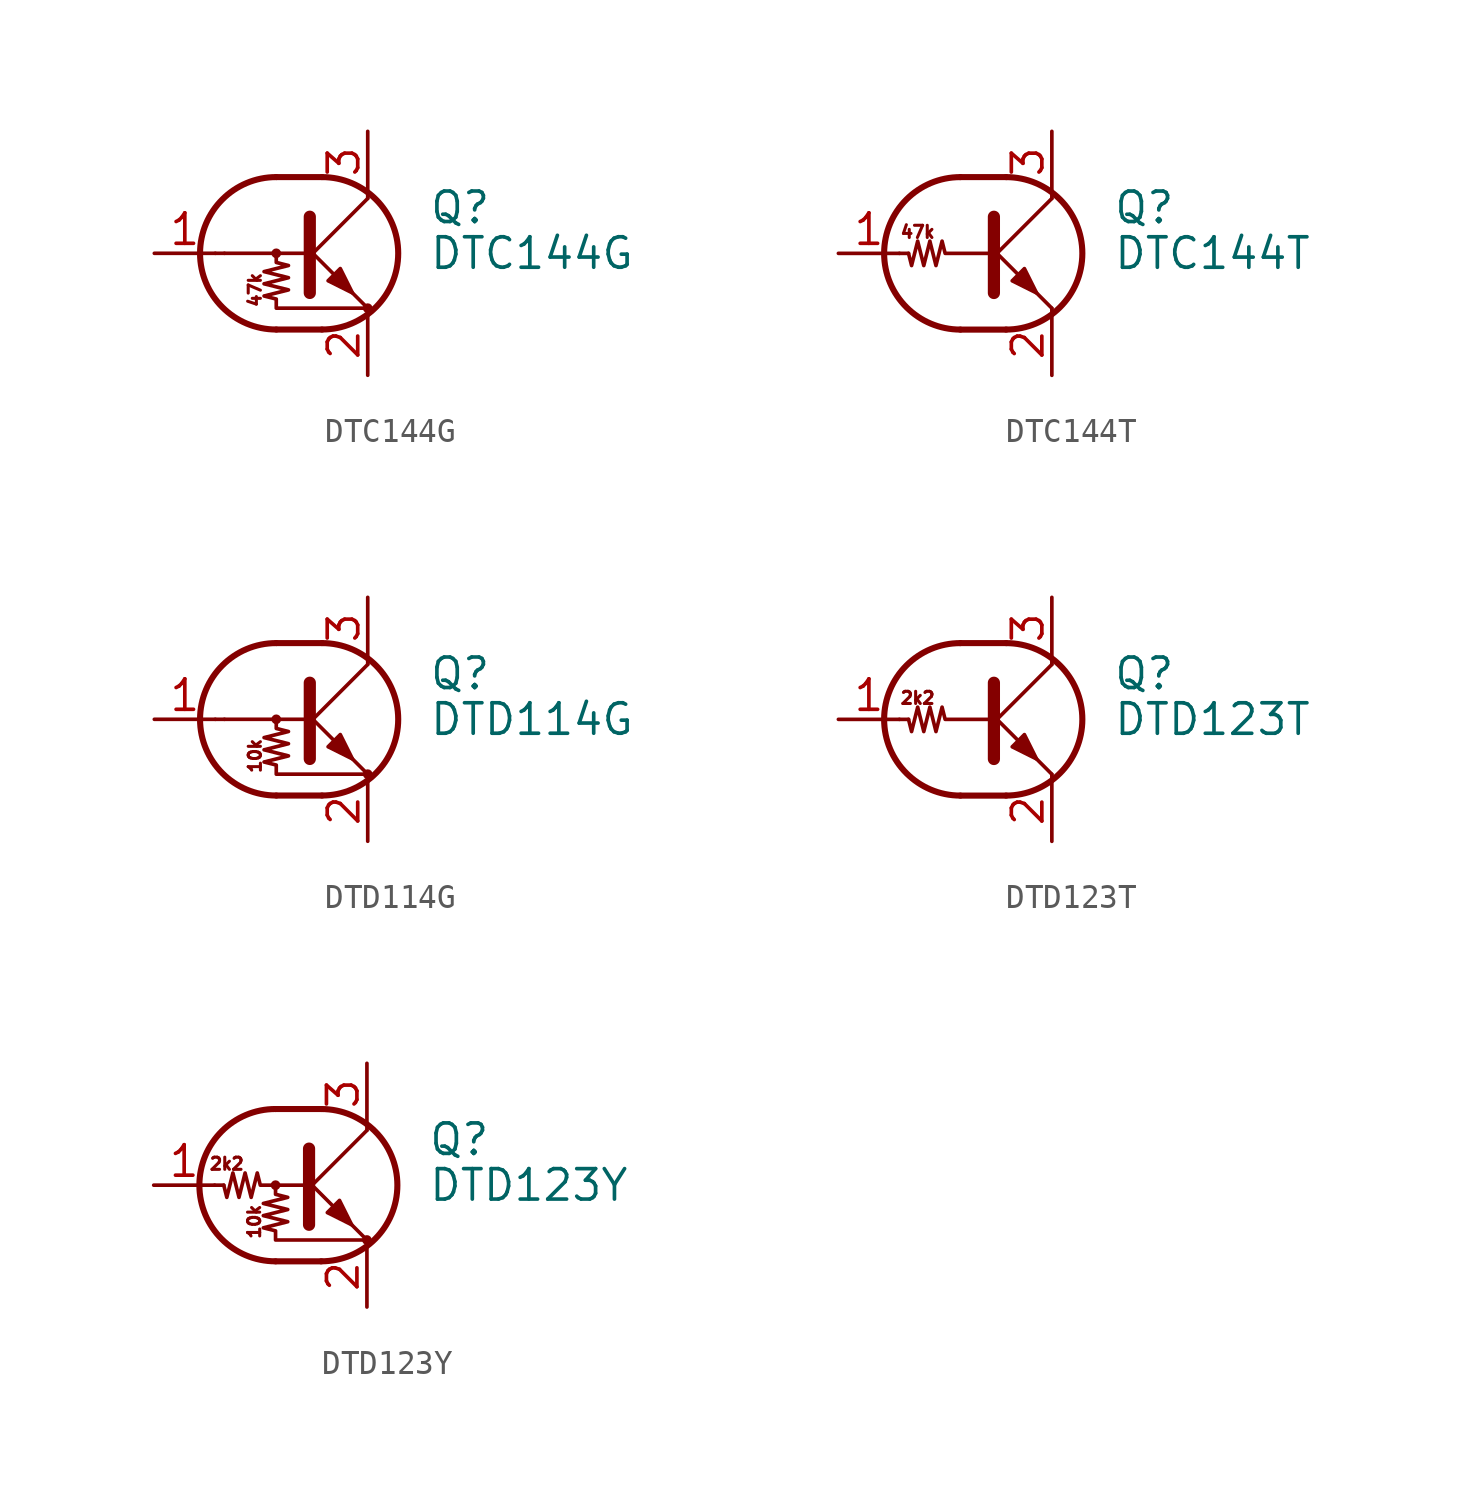
<source format=kicad_sym>
(kicad_symbol_lib
  (version 20200908)
  (generator kicad_symbol_editor)
  (symbol "Transistor_BJT:DTC144G"
    (pin_names
      (offset 0) hide)
    (property "Reference" "Q"
      (at 5.08 1.905 0)
      (effects (font (size 1.27 1.27)) (justify left)))
    (property "Value" "DTC144G"
      (at 5.08 0 0)
      (effects (font (size 1.27 1.27)) (justify left)))
    (symbol "DTC144G_0_1"
      (arc (start -1.27 3.175) (end -1.27 -3.175) (radius (at -1.27 0) (length 3.175) (angles 90.1 -90.1)) (stroke (width 0.254)) (fill (type none)))
      (arc (start 0.635 -3.175) (end 0.635 3.175) (radius (at 0.635 0) (length 3.175) (angles -89.9 89.9)) (stroke (width 0.254)) (fill (type none)))
      (circle (center -1.27 0) (radius 0.127) (stroke (width 0)) (fill (type none)))
      (circle (center 2.54 -2.286) (radius 0.127) (stroke (width 0)) (fill (type none)))
      (polyline (pts (xy -3.429 0) (xy -3.81 0)) (stroke (width 0)) (fill (type none)))
      (polyline (pts (xy -1.27 -3.175) (xy 0.635 -3.175)) (stroke (width 0.254)) (fill (type none)))
      (polyline (pts (xy -1.27 3.175) (xy 0.635 3.175)) (stroke (width 0.254)) (fill (type none)))
      (polyline (pts (xy 0 -0.254) (xy 2.54 2.286)) (stroke (width 0)) (fill (type none)))
      (polyline (pts (xy 0.127 1.524) (xy 0.127 -1.651)) (stroke (width 0.508)) (fill (type outline)))
      (polyline (pts (xy 2.54 2.286) (xy 2.54 2.54)) (stroke (width 0)) (fill (type none)))
      (polyline (pts (xy 2.54 -2.286) (xy 0 0.254) (xy 0 0.254)) (stroke (width 0)) (fill (type none)))
      (polyline (pts (xy 0.889 -1.143) (xy 1.397 -0.635) (xy 1.905 -1.651) (xy 0.889 -1.143)) (stroke (width 0)) (fill (type outline)))
      (polyline (pts (xy -1.27 0) (xy -1.27 -0.381) (xy -0.762 -0.508) (xy -1.778 -0.762) (xy -0.762 -1.016) (xy -1.778 -1.27) (xy -0.762 -1.524) (xy -1.778 -1.778) (xy -1.27 -1.905) (xy -1.27 -2.286) (xy 2.54 -2.286)) (stroke (width 0)) (fill (type none))))
    (symbol "DTC144G_0_0"
      (text "47k" (at -2.159 -1.524 900) (effects (font (size 0.508 0.508))))
      (polyline (pts (xy -3.429 0) (xy 0 0)) (stroke (width 0)) (fill (type none))))
    (symbol "DTC144G_1_1"
      (pin input line (at -6.35 0 0) (length 2.54) (name "B" (effects (font (size 1.27 1.27)))) (number "1" (effects (font (size 1.27 1.27)))))
      (pin passive line (at 2.54 -5.08 90) (length 2.54) (name "E" (effects (font (size 1.27 1.27)))) (number "2" (effects (font (size 1.27 1.27)))))
      (pin passive line (at 2.54 5.08 270) (length 2.54) (name "C" (effects (font (size 1.27 1.27)))) (number "3" (effects (font (size 1.27 1.27)))))))
  (symbol "Transistor_BJT:DTC144T"
    (pin_names
      (offset 0) hide)
    (property "Reference" "Q"
      (at 5.08 1.905 0)
      (effects (font (size 1.27 1.27)) (justify left)))
    (property "Value" "DTC144T"
      (at 5.08 0 0)
      (effects (font (size 1.27 1.27)) (justify left)))
    (symbol "DTC144T_0_1"
      (arc (start -1.27 3.175) (end -1.27 -3.175) (radius (at -1.27 0) (length 3.175) (angles 90.1 -90.1)) (stroke (width 0.254)) (fill (type none)))
      (arc (start 0.635 -3.175) (end 0.635 3.175) (radius (at 0.635 0) (length 3.175) (angles -89.9 89.9)) (stroke (width 0.254)) (fill (type none)))
      (polyline (pts (xy -3.429 0) (xy -3.81 0)) (stroke (width 0)) (fill (type none)))
      (polyline (pts (xy -1.27 -3.175) (xy 0.635 -3.175)) (stroke (width 0.254)) (fill (type none)))
      (polyline (pts (xy -1.27 3.175) (xy 0.635 3.175)) (stroke (width 0.254)) (fill (type none)))
      (polyline (pts (xy 0 -0.254) (xy 2.54 2.286)) (stroke (width 0)) (fill (type none)))
      (polyline (pts (xy 0.127 1.524) (xy 0.127 -1.651)) (stroke (width 0.508)) (fill (type outline)))
      (polyline (pts (xy 2.54 2.286) (xy 2.54 2.54)) (stroke (width 0)) (fill (type none)))
      (polyline (pts (xy 2.54 -2.286) (xy 0 0.254) (xy 0 0.254)) (stroke (width 0)) (fill (type none)))
      (polyline (pts (xy 0.889 -1.143) (xy 1.397 -0.635) (xy 1.905 -1.651) (xy 0.889 -1.143)) (stroke (width 0)) (fill (type outline)))
      (polyline (pts (xy 0 0) (xy -1.905 0) (xy -2.032 0.508) (xy -2.286 -0.508) (xy -2.54 0.508) (xy -2.794 -0.508) (xy -3.048 0.508) (xy -3.302 -0.508) (xy -3.429 0)) (stroke (width 0)) (fill (type none))))
    (symbol "DTC144T_0_0"
      (text "47k" (at -3.048 0.889 0) (effects (font (size 0.508 0.508))))
      (polyline (pts (xy 2.54 -2.286) (xy 2.54 -2.54)) (stroke (width 0)) (fill (type none))))
    (symbol "DTC144T_1_1"
      (pin input line (at -6.35 0 0) (length 2.54) (name "B" (effects (font (size 1.27 1.27)))) (number "1" (effects (font (size 1.27 1.27)))))
      (pin passive line (at 2.54 -5.08 90) (length 2.54) (name "E" (effects (font (size 1.27 1.27)))) (number "2" (effects (font (size 1.27 1.27)))))
      (pin passive line (at 2.54 5.08 270) (length 2.54) (name "C" (effects (font (size 1.27 1.27)))) (number "3" (effects (font (size 1.27 1.27)))))))
  (symbol "Transistor_BJT:DTD114G"
    (pin_names
      (offset 0) hide)
    (property "Reference" "Q"
      (at 5.08 1.905 0)
      (effects (font (size 1.27 1.27)) (justify left)))
    (property "Value" "DTD114G"
      (at 5.08 0 0)
      (effects (font (size 1.27 1.27)) (justify left)))
    (symbol "DTD114G_0_1"
      (arc (start -1.27 3.175) (end -1.27 -3.175) (radius (at -1.27 0) (length 3.175) (angles 90.1 -90.1)) (stroke (width 0.254)) (fill (type none)))
      (arc (start 0.635 -3.175) (end 0.635 3.175) (radius (at 0.635 0) (length 3.175) (angles -89.9 89.9)) (stroke (width 0.254)) (fill (type none)))
      (circle (center -1.27 0) (radius 0.127) (stroke (width 0)) (fill (type none)))
      (circle (center 2.54 -2.286) (radius 0.127) (stroke (width 0)) (fill (type none)))
      (polyline (pts (xy -3.429 0) (xy -3.81 0)) (stroke (width 0)) (fill (type none)))
      (polyline (pts (xy -1.27 -3.175) (xy 0.635 -3.175)) (stroke (width 0.254)) (fill (type none)))
      (polyline (pts (xy -1.27 3.175) (xy 0.635 3.175)) (stroke (width 0.254)) (fill (type none)))
      (polyline (pts (xy 0 -0.254) (xy 2.54 2.286)) (stroke (width 0)) (fill (type none)))
      (polyline (pts (xy 0.127 1.524) (xy 0.127 -1.651)) (stroke (width 0.508)) (fill (type outline)))
      (polyline (pts (xy 2.54 2.286) (xy 2.54 2.54)) (stroke (width 0)) (fill (type none)))
      (polyline (pts (xy 2.54 -2.286) (xy 0 0.254) (xy 0 0.254)) (stroke (width 0)) (fill (type none)))
      (polyline (pts (xy 0.889 -1.143) (xy 1.397 -0.635) (xy 1.905 -1.651) (xy 0.889 -1.143)) (stroke (width 0)) (fill (type outline)))
      (polyline (pts (xy -1.27 0) (xy -1.27 -0.381) (xy -0.762 -0.508) (xy -1.778 -0.762) (xy -0.762 -1.016) (xy -1.778 -1.27) (xy -0.762 -1.524) (xy -1.778 -1.778) (xy -1.27 -1.905) (xy -1.27 -2.286) (xy 2.54 -2.286)) (stroke (width 0)) (fill (type none))))
    (symbol "DTD114G_0_0"
      (text "10k" (at -2.159 -1.524 900) (effects (font (size 0.508 0.508))))
      (polyline (pts (xy -3.429 0) (xy 0 0)) (stroke (width 0)) (fill (type none))))
    (symbol "DTD114G_1_1"
      (pin input line (at -6.35 0 0) (length 2.54) (name "B" (effects (font (size 1.27 1.27)))) (number "1" (effects (font (size 1.27 1.27)))))
      (pin passive line (at 2.54 -5.08 90) (length 2.54) (name "E" (effects (font (size 1.27 1.27)))) (number "2" (effects (font (size 1.27 1.27)))))
      (pin passive line (at 2.54 5.08 270) (length 2.54) (name "C" (effects (font (size 1.27 1.27)))) (number "3" (effects (font (size 1.27 1.27)))))))
  (symbol "Transistor_BJT:DTD123T"
    (pin_names
      (offset 0) hide)
    (property "Reference" "Q"
      (at 5.08 1.905 0)
      (effects (font (size 1.27 1.27)) (justify left)))
    (property "Value" "DTD123T"
      (at 5.08 0 0)
      (effects (font (size 1.27 1.27)) (justify left)))
    (symbol "DTD123T_0_1"
      (arc (start -1.27 3.175) (end -1.27 -3.175) (radius (at -1.27 0) (length 3.175) (angles 90.1 -90.1)) (stroke (width 0.254)) (fill (type none)))
      (arc (start 0.635 -3.175) (end 0.635 3.175) (radius (at 0.635 0) (length 3.175) (angles -89.9 89.9)) (stroke (width 0.254)) (fill (type none)))
      (polyline (pts (xy -3.429 0) (xy -3.81 0)) (stroke (width 0)) (fill (type none)))
      (polyline (pts (xy -1.27 -3.175) (xy 0.635 -3.175)) (stroke (width 0.254)) (fill (type none)))
      (polyline (pts (xy -1.27 3.175) (xy 0.635 3.175)) (stroke (width 0.254)) (fill (type none)))
      (polyline (pts (xy 0 -0.254) (xy 2.54 2.286)) (stroke (width 0)) (fill (type none)))
      (polyline (pts (xy 0.127 1.524) (xy 0.127 -1.651)) (stroke (width 0.508)) (fill (type outline)))
      (polyline (pts (xy 2.54 2.286) (xy 2.54 2.54)) (stroke (width 0)) (fill (type none)))
      (polyline (pts (xy 2.54 -2.286) (xy 0 0.254) (xy 0 0.254)) (stroke (width 0)) (fill (type none)))
      (polyline (pts (xy 0.889 -1.143) (xy 1.397 -0.635) (xy 1.905 -1.651) (xy 0.889 -1.143)) (stroke (width 0)) (fill (type outline)))
      (polyline (pts (xy 0 0) (xy -1.905 0) (xy -2.032 0.508) (xy -2.286 -0.508) (xy -2.54 0.508) (xy -2.794 -0.508) (xy -3.048 0.508) (xy -3.302 -0.508) (xy -3.429 0)) (stroke (width 0)) (fill (type none))))
    (symbol "DTD123T_0_0"
      (text "2k2" (at -3.048 0.889 0) (effects (font (size 0.508 0.508))))
      (polyline (pts (xy 2.54 -2.286) (xy 2.54 -2.54)) (stroke (width 0)) (fill (type none))))
    (symbol "DTD123T_1_1"
      (pin input line (at -6.35 0 0) (length 2.54) (name "B" (effects (font (size 1.27 1.27)))) (number "1" (effects (font (size 1.27 1.27)))))
      (pin passive line (at 2.54 -5.08 90) (length 2.54) (name "E" (effects (font (size 1.27 1.27)))) (number "2" (effects (font (size 1.27 1.27)))))
      (pin passive line (at 2.54 5.08 270) (length 2.54) (name "C" (effects (font (size 1.27 1.27)))) (number "3" (effects (font (size 1.27 1.27)))))))
  (symbol "Transistor_BJT:DTD123Y"
    (pin_names
      (offset 0) hide)
    (property "Reference" "Q"
      (at 5.08 1.905 0)
      (effects (font (size 1.27 1.27)) (justify left)))
    (property "Value" "DTD123Y"
      (at 5.08 0 0)
      (effects (font (size 1.27 1.27)) (justify left)))
    (symbol "DTD123Y_0_1"
      (arc (start -1.27 3.175) (end -1.27 -3.175) (radius (at -1.27 0) (length 3.175) (angles 90.1 -90.1)) (stroke (width 0.254)) (fill (type none)))
      (arc (start 0.635 -3.175) (end 0.635 3.175) (radius (at 0.635 0) (length 3.175) (angles -89.9 89.9)) (stroke (width 0.254)) (fill (type none)))
      (circle (center -1.27 0) (radius 0.127) (stroke (width 0)) (fill (type none)))
      (circle (center 2.54 -2.286) (radius 0.127) (stroke (width 0)) (fill (type none)))
      (polyline (pts (xy -3.429 0) (xy -3.81 0)) (stroke (width 0)) (fill (type none)))
      (polyline (pts (xy -1.27 -3.175) (xy 0.635 -3.175)) (stroke (width 0.254)) (fill (type none)))
      (polyline (pts (xy -1.27 3.175) (xy 0.635 3.175)) (stroke (width 0.254)) (fill (type none)))
      (polyline (pts (xy 0 -0.254) (xy 2.54 2.286)) (stroke (width 0)) (fill (type none)))
      (polyline (pts (xy 0.127 1.524) (xy 0.127 -1.651)) (stroke (width 0.508)) (fill (type outline)))
      (polyline (pts (xy 2.54 2.286) (xy 2.54 2.54)) (stroke (width 0)) (fill (type none)))
      (polyline (pts (xy 2.54 -2.286) (xy 0 0.254) (xy 0 0.254)) (stroke (width 0)) (fill (type none)))
      (polyline (pts (xy 0.889 -1.143) (xy 1.397 -0.635) (xy 1.905 -1.651) (xy 0.889 -1.143)) (stroke (width 0)) (fill (type outline)))
      (polyline (pts (xy 0 0) (xy -1.905 0) (xy -2.032 0.508) (xy -2.286 -0.508) (xy -2.54 0.508) (xy -2.794 -0.508) (xy -3.048 0.508) (xy -3.302 -0.508) (xy -3.429 0)) (stroke (width 0)) (fill (type none)))
      (polyline (pts (xy -1.27 0) (xy -1.27 -0.381) (xy -0.762 -0.508) (xy -1.778 -0.762) (xy -0.762 -1.016) (xy -1.778 -1.27) (xy -0.762 -1.524) (xy -1.778 -1.778) (xy -1.27 -1.905) (xy -1.27 -2.286) (xy 2.54 -2.286)) (stroke (width 0)) (fill (type none))))
    (symbol "DTD123Y_0_0"
      (text "10k" (at -2.159 -1.524 900) (effects (font (size 0.508 0.508))))
      (text "2k2" (at -3.302 0.889 0) (effects (font (size 0.508 0.508)))))
    (symbol "DTD123Y_1_1"
      (pin input line (at -6.35 0 0) (length 2.54) (name "B" (effects (font (size 1.27 1.27)))) (number "1" (effects (font (size 1.27 1.27)))))
      (pin passive line (at 2.54 -5.08 90) (length 2.54) (name "E" (effects (font (size 1.27 1.27)))) (number "2" (effects (font (size 1.27 1.27)))))
      (pin passive line (at 2.54 5.08 270) (length 2.54) (name "C" (effects (font (size 1.27 1.27)))) (number "3" (effects (font (size 1.27 1.27))))))))
</source>
